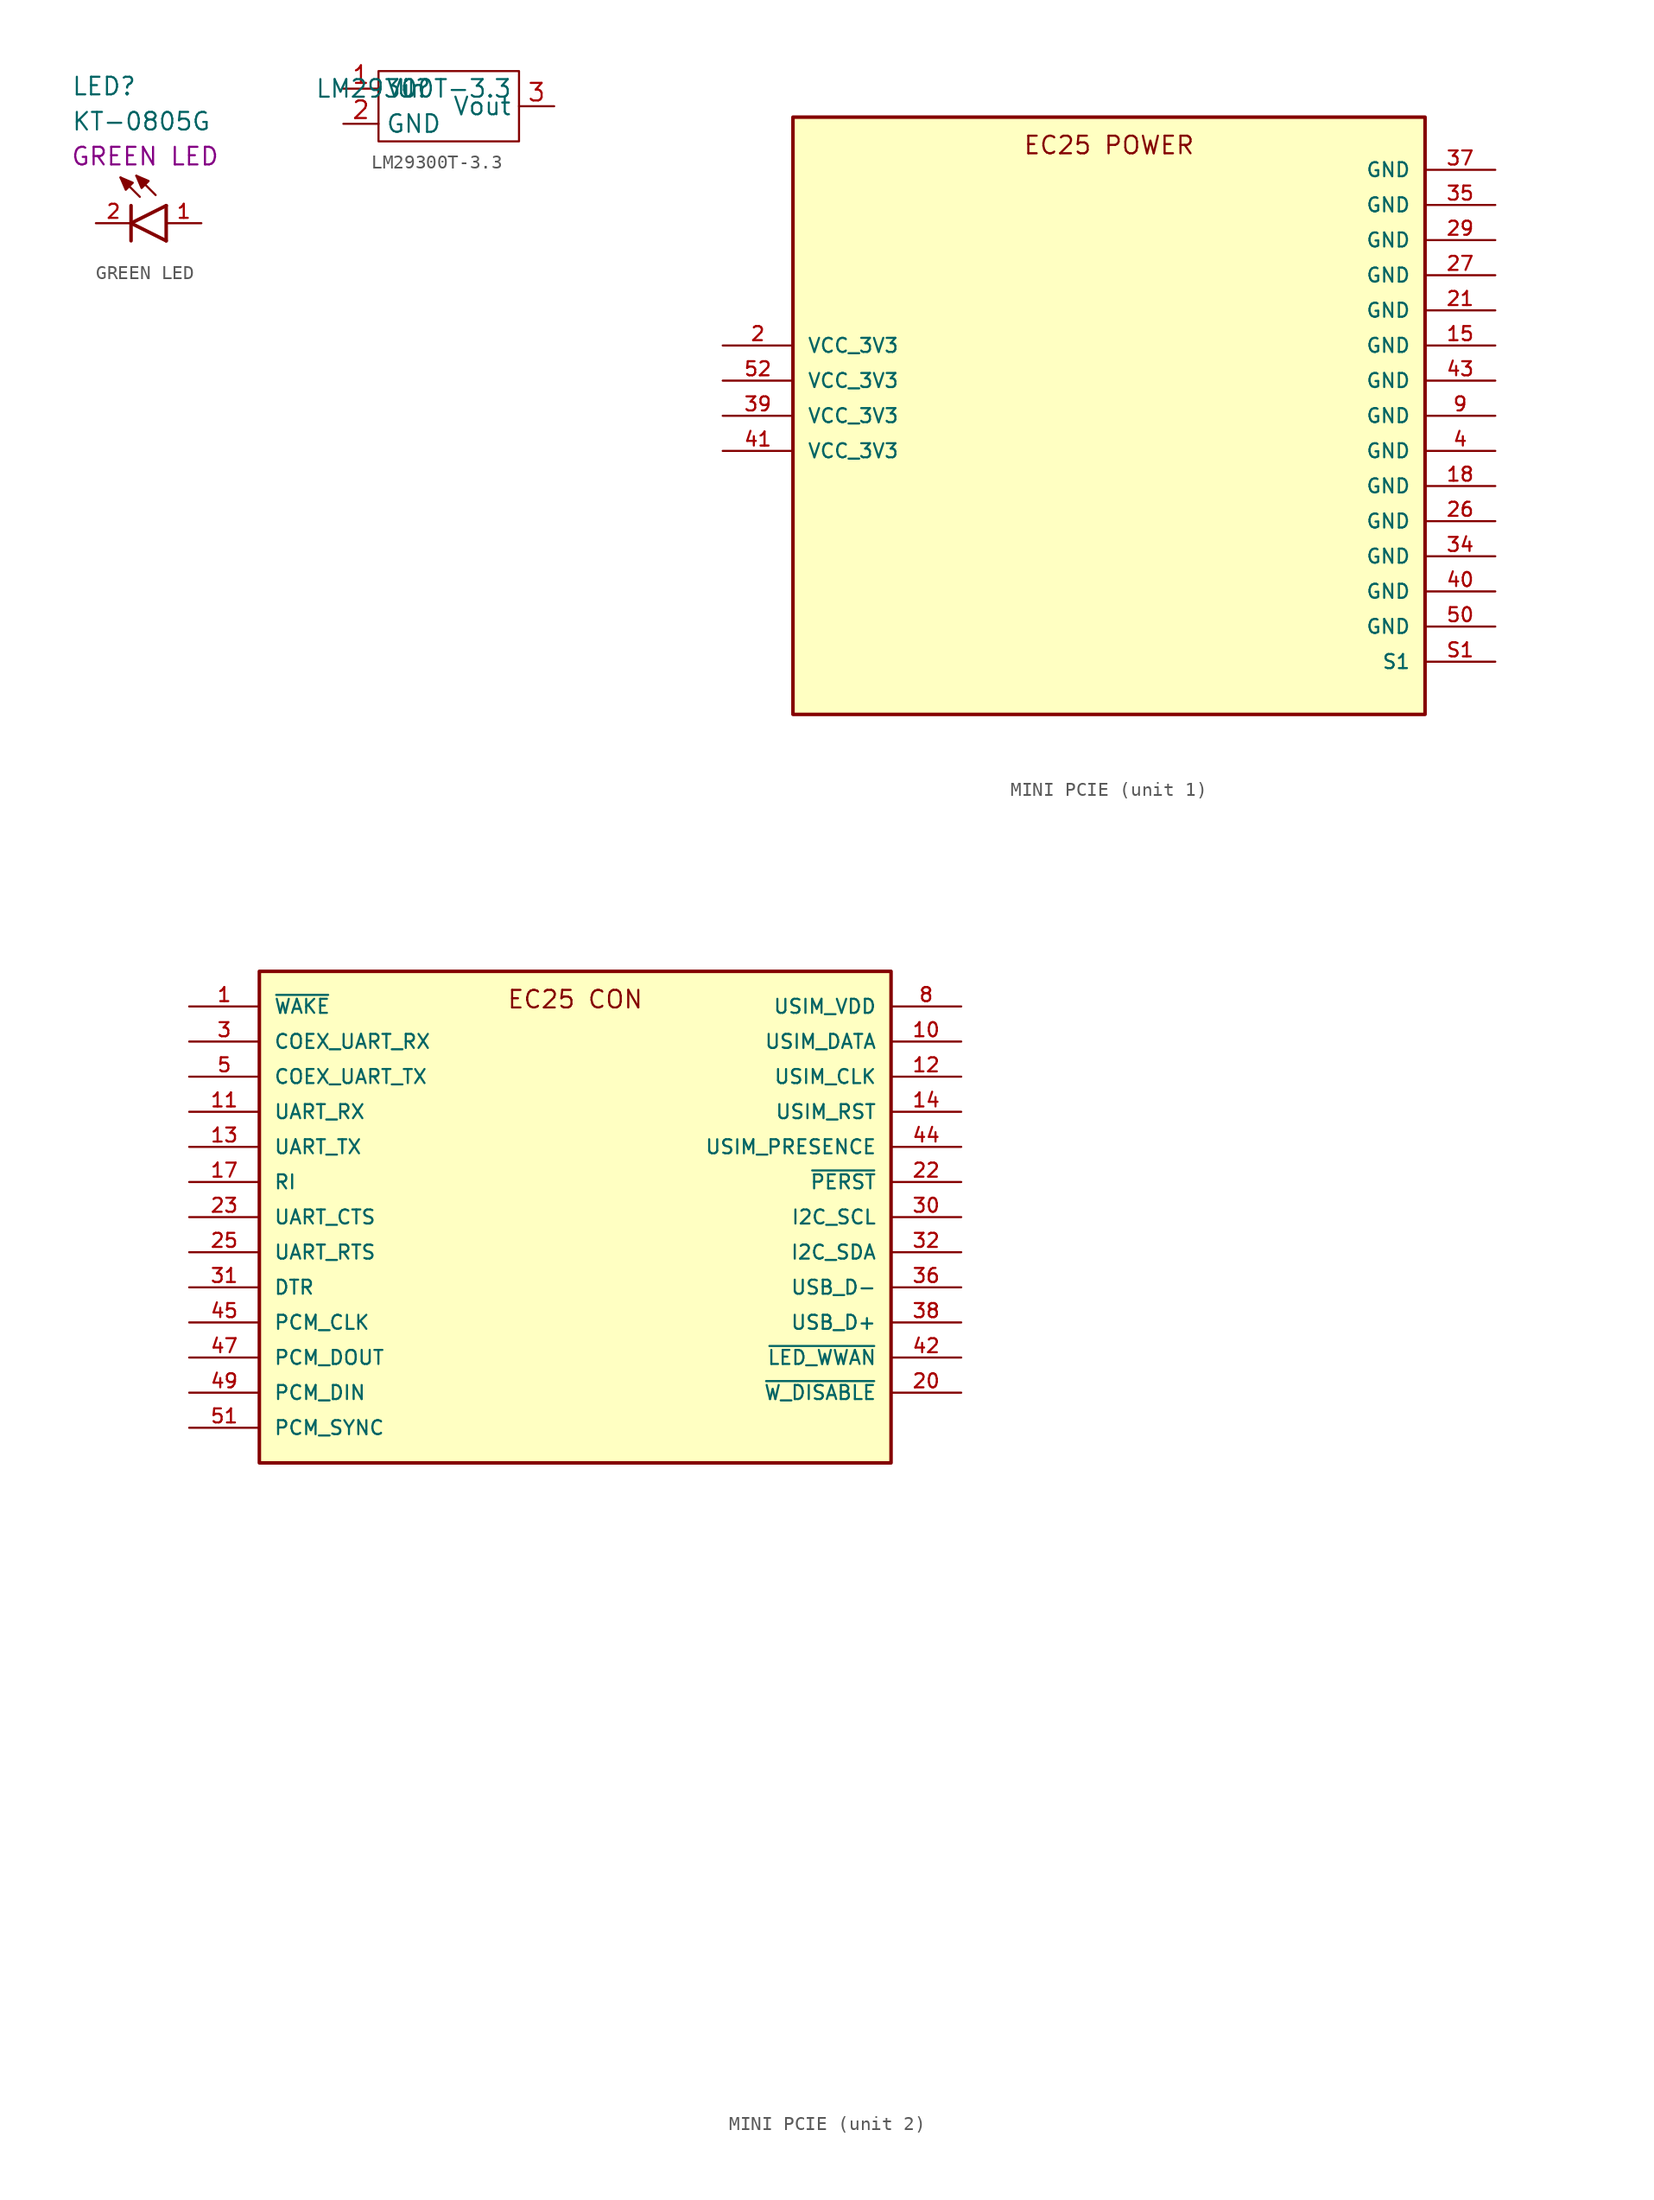
<source format=kicad_sym>
(kicad_symbol_lib
  (version 20241209)
  (generator "kicad_symbol_editor")
  (generator_version "9.0")
  (symbol "GREEN LED"
    (pin_names
      (hide yes))
    (property "Reference" "LED"
      (at -4.318 9.144 0)
      (effects (font (size 1.27 1.27)) (justify left bottom)))
    (property "Value" "KT-0805G"
      (at -4.318 6.604 0)
      (effects (font (size 1.27 1.27)) (justify left bottom)))
    (property "Name" "GREEN LED"
      (at 1.016 4.826 0)
      (effects (font (size 1.27 1.27))))
    (symbol "GREEN LED_0_0"
      (polyline (pts (xy -0.762 3.302) (xy 0.127 2.921) (xy -0.381 2.413) (xy -0.762 3.302)) (stroke (width 0.152) (type default)) (fill (type outline)))
      (polyline (pts (xy 0 0) (xy 0 1.27)) (stroke (width 0.254) (type default)) (fill (type none)))
      (polyline (pts (xy 0 0) (xy 2.54 1.27)) (stroke (width 0.254) (type default)) (fill (type none)))
      (polyline (pts (xy 0 -1.27) (xy 0 0)) (stroke (width 0.254) (type default)) (fill (type none)))
      (polyline (pts (xy 0.381 3.429) (xy 1.27 3.048) (xy 0.762 2.54) (xy 0.381 3.429)) (stroke (width 0.152) (type default)) (fill (type outline)))
      (polyline (pts (xy 0.635 1.905) (xy -0.762 3.302)) (stroke (width 0.152) (type default)) (fill (type none)))
      (polyline (pts (xy 1.778 2.032) (xy 0.381 3.429)) (stroke (width 0.152) (type default)) (fill (type none)))
      (polyline (pts (xy 2.54 -1.27) (xy 0 0)) (stroke (width 0.254) (type default)) (fill (type none)))
      (polyline (pts (xy 2.54 -1.27) (xy 2.54 1.27)) (stroke (width 0.254) (type default)) (fill (type none))))
    (symbol "GREEN LED_1_0"
      (pin passive line (at -2.54 0 0) (length 2.54) (name "" (effects (font (size 1.016 1.016)))) (number "2" (effects (font (size 1.016 1.016)))))
      (pin passive line (at 5.08 0 180) (length 2.54) (name "" (effects (font (size 1.016 1.016)))) (number "1" (effects (font (size 1.016 1.016)))))))
  (symbol "LM29300T-3.3"
    (property "Reference" "U"
      (at 0 0 0)
      (effects (font (size 1.27 1.27))))
    (property "Value" "LM29300T-3.3"
      (at 0 0 0)
      (effects (font (size 1.27 1.27))))
    (symbol "LM29300T-3.3_0_1"
      (rectangle (start -2.54 1.27) (end 7.62 -3.81) (stroke (width 0) (type default)) (fill (type none))))
    (symbol "LM29300T-3.3_1_1"
      (pin power_in line (at -5.08 0 0) (length 2.54) (name "Vin" (effects (font (size 1.27 1.27)))) (number "1" (effects (font (size 1.27 1.27)))))
      (pin power_in line (at -5.08 -2.54 0) (length 2.54) (name "GND" (effects (font (size 1.27 1.27)))) (number "2" (effects (font (size 1.27 1.27)))))
      (pin power_in line (at 10.16 -1.27 180) (length 2.54) (name "Vout" (effects (font (size 1.27 1.27)))) (number "3" (effects (font (size 1.27 1.27)))))))
  (symbol "MINI PCIE"
    (pin_names
      (offset 1.016))
    (property "Reference" "J"
      (at -22.865 33.535 0)
      (effects (font (size 1.27 1.27)) (justify left bottom) (hide yes)))
    (property "ki_locked" ""
      (at 0 0 0)
      (effects (font (size 1.27 1.27))))
    (symbol "MINI PCIE_1_0"
      (rectangle (start -22.86 7.62) (end 22.86 -35.56) (stroke (width 0.254) (type solid)) (fill (type background)))
      (pin power_in line (at -27.94 -8.89 0) (length 5.08) (name "VCC_3V3" (effects (font (size 1.016 1.016)))) (number "2" (effects (font (size 1.016 1.016)))))
      (pin power_in line (at -27.94 -11.43 0) (length 5.08) (name "VCC_3V3" (effects (font (size 1.016 1.016)))) (number "52" (effects (font (size 1.016 1.016)))))
      (pin power_in line (at -27.94 -13.97 0) (length 5.08) (name "VCC_3V3" (effects (font (size 1.016 1.016)))) (number "39" (effects (font (size 1.016 1.016)))))
      (pin power_in line (at -27.94 -16.51 0) (length 5.08) (name "VCC_3V3" (effects (font (size 1.016 1.016)))) (number "41" (effects (font (size 1.016 1.016)))))
      (pin power_in line (at 27.94 3.81 180) (length 5.08) (name "GND" (effects (font (size 1.016 1.016)))) (number "37" (effects (font (size 1.016 1.016)))))
      (pin power_in line (at 27.94 1.27 180) (length 5.08) (name "GND" (effects (font (size 1.016 1.016)))) (number "35" (effects (font (size 1.016 1.016)))))
      (pin power_in line (at 27.94 -1.27 180) (length 5.08) (name "GND" (effects (font (size 1.016 1.016)))) (number "29" (effects (font (size 1.016 1.016)))))
      (pin power_in line (at 27.94 -3.81 180) (length 5.08) (name "GND" (effects (font (size 1.016 1.016)))) (number "27" (effects (font (size 1.016 1.016)))))
      (pin power_in line (at 27.94 -6.35 180) (length 5.08) (name "GND" (effects (font (size 1.016 1.016)))) (number "21" (effects (font (size 1.016 1.016)))))
      (pin power_in line (at 27.94 -8.89 180) (length 5.08) (name "GND" (effects (font (size 1.016 1.016)))) (number "15" (effects (font (size 1.016 1.016)))))
      (pin power_in line (at 27.94 -11.43 180) (length 5.08) (name "GND" (effects (font (size 1.016 1.016)))) (number "43" (effects (font (size 1.016 1.016)))))
      (pin power_in line (at 27.94 -13.97 180) (length 5.08) (name "GND" (effects (font (size 1.016 1.016)))) (number "9" (effects (font (size 1.016 1.016)))))
      (pin power_in line (at 27.94 -16.51 180) (length 5.08) (name "GND" (effects (font (size 1.016 1.016)))) (number "4" (effects (font (size 1.016 1.016)))))
      (pin power_in line (at 27.94 -19.05 180) (length 5.08) (name "GND" (effects (font (size 1.016 1.016)))) (number "18" (effects (font (size 1.016 1.016)))))
      (pin power_in line (at 27.94 -21.59 180) (length 5.08) (name "GND" (effects (font (size 1.016 1.016)))) (number "26" (effects (font (size 1.016 1.016)))))
      (pin power_in line (at 27.94 -24.13 180) (length 5.08) (name "GND" (effects (font (size 1.016 1.016)))) (number "34" (effects (font (size 1.016 1.016)))))
      (pin power_in line (at 27.94 -26.67 180) (length 5.08) (name "GND" (effects (font (size 1.016 1.016)))) (number "40" (effects (font (size 1.016 1.016)))))
      (pin power_in line (at 27.94 -29.21 180) (length 5.08) (name "GND" (effects (font (size 1.016 1.016)))) (number "50" (effects (font (size 1.016 1.016)))))
      (pin passive line (at 27.94 -31.75 180) (length 5.08) (name "S1" (effects (font (size 1.016 1.016)))) (number "S1" (effects (font (size 1.016 1.016))))))
    (symbol "MINI PCIE_1_1"
      (text "EC25 POWER" (at 0 5.588 0) (effects (font (size 1.27 1.27)))))
    (symbol "MINI PCIE_2_0"
      (rectangle (start -22.86 34.29) (end 22.86 -1.27) (stroke (width 0.254) (type solid)) (fill (type background)))
      (pin open_collector line (at -27.94 31.75 0) (length 5.08) (name "~{WAKE}" (effects (font (size 1.016 1.016)))) (number "1" (effects (font (size 1.016 1.016)))))
      (pin input line (at -27.94 29.21 0) (length 5.08) (name "COEX_UART_RX" (effects (font (size 1.016 1.016)))) (number "3" (effects (font (size 1.016 1.016)))))
      (pin output line (at -27.94 26.67 0) (length 5.08) (name "COEX_UART_TX" (effects (font (size 1.016 1.016)))) (number "5" (effects (font (size 1.016 1.016)))))
      (pin input line (at -27.94 24.13 0) (length 5.08) (name "UART_RX" (effects (font (size 1.016 1.016)))) (number "11" (effects (font (size 1.016 1.016)))))
      (pin output line (at -27.94 21.59 0) (length 5.08) (name "UART_TX" (effects (font (size 1.016 1.016)))) (number "13" (effects (font (size 1.016 1.016)))))
      (pin output line (at -27.94 19.05 0) (length 5.08) (name "RI" (effects (font (size 1.016 1.016)))) (number "17" (effects (font (size 1.016 1.016)))))
      (pin input line (at -27.94 16.51 0) (length 5.08) (name "UART_CTS" (effects (font (size 1.016 1.016)))) (number "23" (effects (font (size 1.016 1.016)))))
      (pin output line (at -27.94 13.97 0) (length 5.08) (name "UART_RTS" (effects (font (size 1.016 1.016)))) (number "25" (effects (font (size 1.016 1.016)))))
      (pin input line (at -27.94 11.43 0) (length 5.08) (name "DTR" (effects (font (size 1.016 1.016)))) (number "31" (effects (font (size 1.016 1.016)))))
      (pin bidirectional line (at -27.94 8.89 0) (length 5.08) (name "PCM_CLK" (effects (font (size 1.016 1.016)))) (number "45" (effects (font (size 1.016 1.016)))))
      (pin output line (at -27.94 6.35 0) (length 5.08) (name "PCM_DOUT" (effects (font (size 1.016 1.016)))) (number "47" (effects (font (size 1.016 1.016)))))
      (pin input line (at -27.94 3.81 0) (length 5.08) (name "PCM_DIN" (effects (font (size 1.016 1.016)))) (number "49" (effects (font (size 1.016 1.016)))))
      (pin bidirectional line (at -27.94 1.27 0) (length 5.08) (name "PCM_SYNC" (effects (font (size 1.016 1.016)))) (number "51" (effects (font (size 1.016 1.016)))))
      (pin power_out line (at 27.94 31.75 180) (length 5.08) (name "USIM_VDD" (effects (font (size 1.016 1.016)))) (number "8" (effects (font (size 1.016 1.016)))))
      (pin bidirectional line (at 27.94 29.21 180) (length 5.08) (name "USIM_DATA" (effects (font (size 1.016 1.016)))) (number "10" (effects (font (size 1.016 1.016)))))
      (pin output line (at 27.94 26.67 180) (length 5.08) (name "USIM_CLK" (effects (font (size 1.016 1.016)))) (number "12" (effects (font (size 1.016 1.016)))))
      (pin output line (at 27.94 24.13 180) (length 5.08) (name "USIM_RST" (effects (font (size 1.016 1.016)))) (number "14" (effects (font (size 1.016 1.016)))))
      (pin input line (at 27.94 21.59 180) (length 5.08) (name "USIM_PRESENCE" (effects (font (size 1.016 1.016)))) (number "44" (effects (font (size 1.016 1.016)))))
      (pin input line (at 27.94 19.05 180) (length 5.08) (name "~{PERST}" (effects (font (size 1.016 1.016)))) (number "22" (effects (font (size 1.016 1.016)))))
      (pin output line (at 27.94 16.51 180) (length 5.08) (name "I2C_SCL" (effects (font (size 1.016 1.016)))) (number "30" (effects (font (size 1.016 1.016)))))
      (pin bidirectional line (at 27.94 13.97 180) (length 5.08) (name "I2C_SDA" (effects (font (size 1.016 1.016)))) (number "32" (effects (font (size 1.016 1.016)))))
      (pin bidirectional line (at 27.94 11.43 180) (length 5.08) (name "USB_D-" (effects (font (size 1.016 1.016)))) (number "36" (effects (font (size 1.016 1.016)))))
      (pin bidirectional line (at 27.94 8.89 180) (length 5.08) (name "USB_D+" (effects (font (size 1.016 1.016)))) (number "38" (effects (font (size 1.016 1.016)))))
      (pin open_collector line (at 27.94 6.35 180) (length 5.08) (name "~{LED_WWAN}" (effects (font (size 1.016 1.016)))) (number "42" (effects (font (size 1.016 1.016)))))
      (pin input line (at 27.94 3.81 180) (length 5.08) (name "~{W_DISABLE}" (effects (font (size 1.016 1.016)))) (number "20" (effects (font (size 1.016 1.016)))))
      (pin no_connect line (at 59.69 -20.32 0) (length 5.08) (hide yes) (name "RESERVED" (effects (font (size 1.016 1.016)))) (number "33" (effects (font (size 1.016 1.016)))))
      (pin no_connect line (at 59.69 -22.86 0) (length 5.08) (hide yes) (name "RESERVED" (effects (font (size 1.016 1.016)))) (number "19" (effects (font (size 1.016 1.016)))))
      (pin no_connect line (at 59.69 -25.4 0) (length 5.08) (hide yes) (name "RESERVED" (effects (font (size 1.016 1.016)))) (number "7" (effects (font (size 1.016 1.016)))))
      (pin no_connect line (at 59.69 -27.94 0) (length 5.08) (hide yes) (name "NC" (effects (font (size 1.016 1.016)))) (number "48" (effects (font (size 1.016 1.016)))))
      (pin no_connect line (at 59.69 -30.48 0) (length 5.08) (hide yes) (name "RESERVED" (effects (font (size 1.016 1.016)))) (number "46" (effects (font (size 1.016 1.016)))))
      (pin no_connect line (at 59.69 -33.02 0) (length 5.08) (hide yes) (name "NC" (effects (font (size 1.016 1.016)))) (number "6" (effects (font (size 1.016 1.016)))))
      (pin no_connect line (at 59.69 -35.56 0) (length 5.08) (hide yes) (name "RESERVED" (effects (font (size 1.016 1.016)))) (number "16" (effects (font (size 1.016 1.016)))))
      (pin no_connect line (at 59.69 -38.1 0) (length 5.08) (hide yes) (name "NC" (effects (font (size 1.016 1.016)))) (number "28" (effects (font (size 1.016 1.016)))))
      (pin no_connect line (at 59.69 -40.64 0) (length 5.08) (hide yes) (name "RESERVED" (effects (font (size 1.016 1.016)))) (number "24" (effects (font (size 1.016 1.016))))))
    (symbol "MINI PCIE_2_1"
      (text "EC25 CON" (at 0 32.258 0) (effects (font (size 1.27 1.27)))))))
</source>
